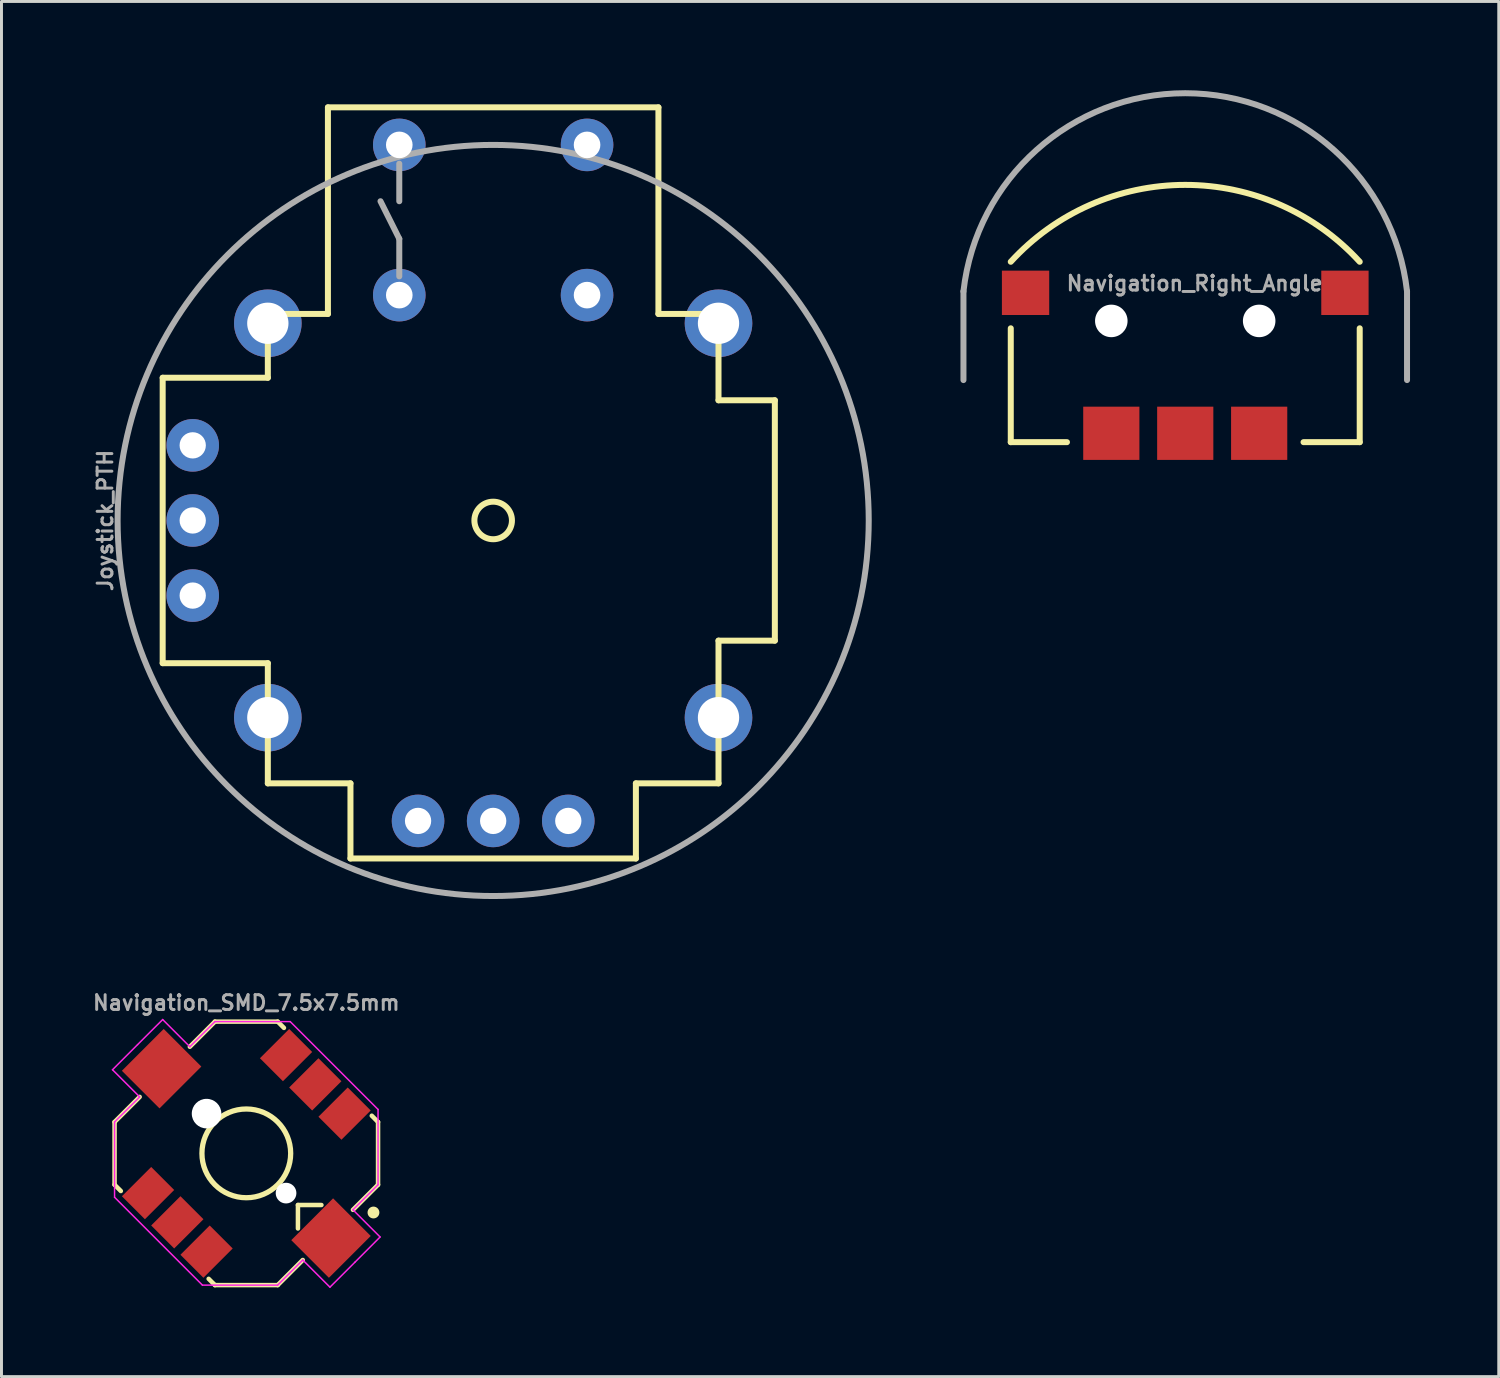
<source format=kicad_pcb>
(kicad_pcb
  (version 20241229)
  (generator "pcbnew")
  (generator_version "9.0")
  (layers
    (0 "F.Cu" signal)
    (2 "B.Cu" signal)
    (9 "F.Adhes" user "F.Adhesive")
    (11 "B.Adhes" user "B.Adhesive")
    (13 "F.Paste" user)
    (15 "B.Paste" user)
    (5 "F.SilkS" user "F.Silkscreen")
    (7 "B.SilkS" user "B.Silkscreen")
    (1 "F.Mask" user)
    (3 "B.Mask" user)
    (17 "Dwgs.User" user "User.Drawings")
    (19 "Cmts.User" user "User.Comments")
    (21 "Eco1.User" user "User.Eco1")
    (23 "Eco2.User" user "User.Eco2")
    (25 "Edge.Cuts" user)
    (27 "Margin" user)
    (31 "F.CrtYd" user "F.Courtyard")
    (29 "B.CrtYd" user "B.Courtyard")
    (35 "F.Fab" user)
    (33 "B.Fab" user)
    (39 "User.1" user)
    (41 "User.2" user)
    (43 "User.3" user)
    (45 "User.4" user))
  (footprint "Navigation_SMD_7.5x7.5mm"
    (layer "F.Cu")
    (at 5.279 35.952)
    (property "Reference" "Navigation_SMD_7.5x7.5mm" (at 0 -4.8 180) (layer "F.Fab") (effects (font (size 0.5 0.5) (thickness 0.1)) (justify bottom)))
    (attr smd)
    (fp_line (start -4.455 -1.061) (end -4.455 1.061) (stroke (width 0.152) (type default)) (layer "F.SilkS"))
    (fp_line (start -4.455 1.061) (end -4.243 1.273) (stroke (width 0.152) (type default)) (layer "F.SilkS"))
    (fp_line (start -3.606 -1.909) (end -4.455 -1.061) (stroke (width 0.152) (type default)) (layer "F.SilkS"))
    (fp_line (start -1.909 -3.606) (end -1.061 -4.455) (stroke (width 0.152) (type default)) (layer "F.SilkS"))
    (fp_line (start -1.061 -4.455) (end 1.061 -4.455) (stroke (width 0.152) (type default)) (layer "F.SilkS"))
    (fp_line (start -1.061 4.455) (end -1.273 4.243) (stroke (width 0.152) (type default)) (layer "F.SilkS"))
    (fp_line (start 1.061 -4.455) (end 1.273 -4.243) (stroke (width 0.152) (type default)) (layer "F.SilkS"))
    (fp_line (start 1.061 4.455) (end -1.061 4.455) (stroke (width 0.152) (type default)) (layer "F.SilkS"))
    (fp_line (start 1.746 1.746) (end 2.54 1.746) (stroke (width 0.152) (type default)) (layer "F.SilkS"))
    (fp_line (start 1.746 2.54) (end 1.746 1.746) (stroke (width 0.152) (type default)) (layer "F.SilkS"))
    (fp_line (start 1.909 3.606) (end 1.061 4.455) (stroke (width 0.152) (type default)) (layer "F.SilkS"))
    (fp_line (start 3.606 1.909) (end 4.455 1.061) (stroke (width 0.152) (type default)) (layer "F.SilkS"))
    (fp_line (start 4.455 -1.061) (end 4.243 -1.273) (stroke (width 0.152) (type default)) (layer "F.SilkS"))
    (fp_line (start 4.455 1.061) (end 4.455 -1.061) (stroke (width 0.152) (type default)) (layer "F.SilkS"))
    (fp_circle (center 0 0) (end 1.061 -1.061) (stroke (width 0.178) (type default)) (fill no) (layer "F.SilkS"))
    (fp_circle (center 4.3 2) (end 4.3 2.1) (stroke (width 0.2) (type solid)) (fill yes) (layer "F.SilkS"))
    (fp_line (start -4.525 -2.828) (end -3.677 -3.677) (stroke (width 0.05) (type default)) (layer "F.CrtYd"))
    (fp_line (start -4.455 -1.061) (end -3.606 -1.909) (stroke (width 0.05) (type default)) (layer "F.CrtYd"))
    (fp_line (start -4.455 1.485) (end -4.455 -1.061) (stroke (width 0.05) (type default)) (layer "F.CrtYd"))
    (fp_line (start -3.606 -1.909) (end -4.525 -2.828) (stroke (width 0.05) (type default)) (layer "F.CrtYd"))
    (fp_line (start -2.828 -4.525) (end -3.677 -3.677) (stroke (width 0.05) (type default)) (layer "F.CrtYd"))
    (fp_line (start -1.909 -3.606) (end -2.828 -4.525) (stroke (width 0.05) (type default)) (layer "F.CrtYd"))
    (fp_line (start -1.909 -3.606) (end -1.061 -4.455) (stroke (width 0.05) (type default)) (layer "F.CrtYd"))
    (fp_line (start -1.485 4.455) (end -4.455 1.485) (stroke (width 0.05) (type default)) (layer "F.CrtYd"))
    (fp_line (start -1.061 -4.455) (end 1.485 -4.455) (stroke (width 0.05) (type default)) (layer "F.CrtYd"))
    (fp_line (start 1.061 4.455) (end -1.485 4.455) (stroke (width 0.05) (type default)) (layer "F.CrtYd"))
    (fp_line (start 1.485 -4.455) (end 4.455 -1.485) (stroke (width 0.05) (type default)) (layer "F.CrtYd"))
    (fp_line (start 1.909 3.606) (end 1.061 4.455) (stroke (width 0.05) (type default)) (layer "F.CrtYd"))
    (fp_line (start 1.909 3.606) (end 2.828 4.525) (stroke (width 0.05) (type default)) (layer "F.CrtYd"))
    (fp_line (start 2.828 4.525) (end 3.677 3.677) (stroke (width 0.05) (type default)) (layer "F.CrtYd"))
    (fp_line (start 3.606 1.909) (end 4.525 2.828) (stroke (width 0.05) (type default)) (layer "F.CrtYd"))
    (fp_line (start 4.455 -1.485) (end 4.455 1.061) (stroke (width 0.05) (type default)) (layer "F.CrtYd"))
    (fp_line (start 4.455 1.061) (end 3.606 1.909) (stroke (width 0.05) (type default)) (layer "F.CrtYd"))
    (fp_line (start 4.525 2.828) (end 3.677 3.677) (stroke (width 0.05) (type default)) (layer "F.CrtYd"))
    (fp_line (start -4.3 -1) (end -1 -4.3) (stroke (width 0.1) (type default)) (layer "User.1"))
    (fp_line (start -4.3 1) (end -4.3 -1) (stroke (width 0.1) (type default)) (layer "User.1"))
    (fp_line (start -4.3 1) (end -1 4.3) (stroke (width 0.1) (type default)) (layer "User.1"))
    (fp_line (start -1 -4.3) (end 1 -4.3) (stroke (width 0.1) (type default)) (layer "User.1"))
    (fp_line (start -1 4.3) (end 1 4.3) (stroke (width 0.1) (type default)) (layer "User.1"))
    (fp_line (start -0.95 0.7) (end -0.95 -0.7) (stroke (width 0.1) (type default)) (layer "User.1"))
    (fp_line (start -0.7 -0.95) (end 0.7 -0.95) (stroke (width 0.1) (type default)) (layer "User.1"))
    (fp_line (start 0 -4) (end -0.4 -3.6) (stroke (width 0.1) (type default)) (layer "User.1"))
    (fp_line (start 0 -4) (end 0.4 -3.6) (stroke (width 0.1) (type default)) (layer "User.1"))
    (fp_line (start 0 -2.8) (end 0 -4) (stroke (width 0.1) (type default)) (layer "User.1"))
    (fp_line (start 0.7 0.95) (end -0.7 0.95) (stroke (width 0.1) (type default)) (layer "User.1"))
    (fp_line (start 0.95 -0.7) (end 0.95 0.7) (stroke (width 0.1) (type default)) (layer "User.1"))
    (fp_line (start 1 -4.3) (end 4.3 -1) (stroke (width 0.1) (type default)) (layer "User.1"))
    (fp_line (start 4.3 1) (end 1 4.3) (stroke (width 0.1) (type default)) (layer "User.1"))
    (fp_line (start 4.3 1) (end 4.3 -1) (stroke (width 0.1) (type default)) (layer "User.1"))
    (fp_arc (start -0.949999 -0.699999) (mid -0.865058 -0.865057) (end -0.7 -0.949999) (stroke (width 0.1) (type default)) (layer "User.1"))
    (fp_arc (start -0.699999 0.949999) (mid -0.865057 0.865058) (end -0.949999 0.7) (stroke (width 0.1) (type default)) (layer "User.1"))
    (fp_arc (start 0.7 -0.949999) (mid 0.865058 -0.865058) (end 0.95 -0.7) (stroke (width 0.1) (type default)) (layer "User.1"))
    (fp_arc (start 0.949999 0.699999) (mid 0.865058 0.865057) (end 0.7 0.949999) (stroke (width 0.1) (type default)) (layer "User.1"))
    (fp_circle (center 0 0) (end 1.061 -1.061) (stroke (width 0.05) (type default)) (fill no) (layer "User.1"))
    (pad "" np_thru_hole circle (at -1.344 -1.344 45) (size 1 1) (drill 1) (layers "*.Cu" "*.Mask"))
    (pad "" np_thru_hole circle (at 1.344 1.344 45) (size 0.7 0.7) (drill 0.7) (layers "*.Cu" "*.Mask"))
    (pad "1" smd rect (at -3.323 1.344 45) (size 1.4 1.1) (layers "F.Cu" "F.Mask" "F.Paste"))
    (pad "2" smd rect (at -2.333 2.333 45) (size 1.4 1.1) (layers "F.Cu" "F.Mask" "F.Paste"))
    (pad "3" smd rect (at -1.344 3.323 45) (size 1.4 1.1) (layers "F.Cu" "F.Mask" "F.Paste"))
    (pad "4" smd rect (at 3.323 -1.344 45) (size 1.4 1.1) (layers "F.Cu" "F.Mask" "F.Paste"))
    (pad "5" smd rect (at 2.333 -2.333 45) (size 1.4 1.1) (layers "F.Cu" "F.Mask" "F.Paste"))
    (pad "6" smd rect (at 1.344 -3.323 45) (size 1.4 1.1) (layers "F.Cu" "F.Mask" "F.Paste"))
    (pad "MP1" smd rect (at 2.864 2.864 45) (size 2 1.8) (layers "F.Cu" "F.Mask" "F.Paste"))
    (pad "MP2" smd rect (at -2.864 -2.864 45) (size 2 1.8) (layers "F.Cu" "F.Mask" "F.Paste")))
  (footprint "Navigation_Right_Angle"
    (layer "F.Cu")
    (at 37.03 7.802)
    (property "Reference" "Navigation_Right_Angle" (at 0.318 -1.27 0) (unlocked yes) (layer "F.Fab") (effects (font (size 0.5 0.5) (thickness 0.1))))
    (fp_line (start -5.9 4.1) (end -5.9 0.25) (stroke (width 0.203) (type solid)) (layer "F.SilkS"))
    (fp_line (start -5.9 4.1) (end -4 4.1) (stroke (width 0.203) (type solid)) (layer "F.SilkS"))
    (fp_line (start 5.9 4.1) (end 4 4.1) (stroke (width 0.203) (type solid)) (layer "F.SilkS"))
    (fp_line (start 5.9 4.1) (end 5.9 0.25) (stroke (width 0.203) (type solid)) (layer "F.SilkS"))
    (fp_arc (start -5.9 -2) (mid 0 -4.60001) (end 5.9 -2) (stroke (width 0.2032) (type solid)) (layer "F.SilkS"))
    (fp_line (start -7.5 2) (end -7.5 -1) (stroke (width 0.203) (type solid)) (layer "F.Fab"))
    (fp_line (start 7.5 2) (end 7.5 -1) (stroke (width 0.203) (type solid)) (layer "F.Fab"))
    (fp_arc (start -7.5 -1) (mid 0.000001 -7.699965) (end 7.5 -0.999998) (stroke (width 0.2032) (type solid)) (layer "F.Fab"))
    (pad "" np_thru_hole circle (at -2.5 0) (size 1.1 1.1) (drill 1.1) (layers "*.Cu" "*.Mask"))
    (pad "" np_thru_hole circle (at 2.5 0) (size 1.1 1.1) (drill 1.1) (layers "*.Cu" "*.Mask"))
    (pad "1" smd rect (at -2.5 3.8) (size 1.9 1.8) (layers "F.Cu" "F.Mask" "F.Paste"))
    (pad "2" smd rect (at 2.5 3.8) (size 1.9 1.8) (layers "F.Cu" "F.Mask" "F.Paste"))
    (pad "GND" smd rect (at 5.4 -0.95) (size 1.6 1.5) (layers "F.Cu" "F.Mask" "F.Paste"))
    (pad "MP1" smd rect (at -5.4 -0.95) (size 1.6 1.5) (layers "F.Cu" "F.Mask" "F.Paste"))
    (pad "T" smd rect (at 0 3.8) (size 1.9 1.8) (layers "F.Cu" "F.Mask" "F.Paste")))
  (footprint "Joystick_PTH"
    (layer "F.Cu")
    (at 13.627 14.55)
    (property "Reference" "Joystick_PTH" (at -12.827 0 90) (unlocked yes) (layer "F.Fab") (effects (font (size 0.5 0.5) (thickness 0.1)) (justify bottom)))
    (fp_line (start -11.176 -4.826) (end -11.176 4.826) (stroke (width 0.203) (type solid)) (layer "F.SilkS"))
    (fp_line (start -7.62 -4.826) (end -11.176 -4.826) (stroke (width 0.203) (type solid)) (layer "F.SilkS"))
    (fp_line (start -7.62 -4.826) (end -7.62 -6.985) (stroke (width 0.203) (type solid)) (layer "F.SilkS"))
    (fp_line (start -7.62 4.826) (end -11.176 4.826) (stroke (width 0.203) (type solid)) (layer "F.SilkS"))
    (fp_line (start -7.62 4.826) (end -7.62 8.89) (stroke (width 0.203) (type solid)) (layer "F.SilkS"))
    (fp_line (start -5.588 -13.97) (end -5.588 -6.985) (stroke (width 0.203) (type solid)) (layer "F.SilkS"))
    (fp_line (start -5.588 -6.985) (end -7.62 -6.985) (stroke (width 0.203) (type solid)) (layer "F.SilkS"))
    (fp_line (start -4.826 8.89) (end -7.62 8.89) (stroke (width 0.203) (type solid)) (layer "F.SilkS"))
    (fp_line (start -4.826 11.43) (end -4.826 8.89) (stroke (width 0.203) (type solid)) (layer "F.SilkS"))
    (fp_line (start 4.826 8.89) (end 7.62 8.89) (stroke (width 0.203) (type solid)) (layer "F.SilkS"))
    (fp_line (start 4.826 11.43) (end -4.826 11.43) (stroke (width 0.203) (type solid)) (layer "F.SilkS"))
    (fp_line (start 4.826 11.43) (end 4.826 8.89) (stroke (width 0.203) (type solid)) (layer "F.SilkS"))
    (fp_line (start 5.588 -13.97) (end -5.588 -13.97) (stroke (width 0.203) (type solid)) (layer "F.SilkS"))
    (fp_line (start 5.588 -13.97) (end 5.588 -6.985) (stroke (width 0.203) (type solid)) (layer "F.SilkS"))
    (fp_line (start 7.62 -6.985) (end 5.588 -6.985) (stroke (width 0.203) (type solid)) (layer "F.SilkS"))
    (fp_line (start 7.62 -4.064) (end 7.62 -6.985) (stroke (width 0.203) (type solid)) (layer "F.SilkS"))
    (fp_line (start 7.62 -4.064) (end 9.525 -4.064) (stroke (width 0.203) (type solid)) (layer "F.SilkS"))
    (fp_line (start 7.62 4.064) (end 7.62 8.89) (stroke (width 0.203) (type solid)) (layer "F.SilkS"))
    (fp_line (start 7.62 4.064) (end 9.525 4.064) (stroke (width 0.203) (type solid)) (layer "F.SilkS"))
    (fp_line (start 9.525 -4.064) (end 9.525 4.064) (stroke (width 0.203) (type solid)) (layer "F.SilkS"))
    (fp_circle (center 0 0) (end 0.635 0) (stroke (width 0.203) (type solid)) (fill no) (layer "F.SilkS"))
    (fp_line (start -11.5 -5) (end -11.5 5) (stroke (width 0.1) (type default)) (layer "Margin"))
    (fp_line (start -11.5 5) (end -9 5) (stroke (width 0.1) (type default)) (layer "Margin"))
    (fp_line (start -9 -8.5) (end -9 -5) (stroke (width 0.1) (type default)) (layer "Margin"))
    (fp_line (start -9 -5) (end -11.5 -5) (stroke (width 0.1) (type default)) (layer "Margin"))
    (fp_line (start -9 5) (end -9 8.5) (stroke (width 0.1) (type default)) (layer "Margin"))
    (fp_line (start -9 8.5) (end -8 8.5) (stroke (width 0.1) (type default)) (layer "Margin"))
    (fp_line (start -8 8.5) (end -8 9.5) (stroke (width 0.1) (type default)) (layer "Margin"))
    (fp_line (start -8 9.5) (end -5.5 9.5) (stroke (width 0.1) (type default)) (layer "Margin"))
    (fp_line (start -6 -14.5) (end -6 -8.5) (stroke (width 0.1) (type default)) (layer "Margin"))
    (fp_line (start -6 -8.5) (end -9 -8.5) (stroke (width 0.1) (type default)) (layer "Margin"))
    (fp_line (start -5.5 9.5) (end -5.5 12) (stroke (width 0.1) (type default)) (layer "Margin"))
    (fp_line (start -5.5 12) (end 0 12) (stroke (width 0.1) (type default)) (layer "Margin"))
    (fp_line (start 0 -14.5) (end -6 -14.5) (stroke (width 0.1) (type default)) (layer "Margin"))
    (fp_line (start 0 -14.5) (end 6 -14.5) (stroke (width 0.1) (type default)) (layer "Margin"))
    (fp_line (start 5.5 9.5) (end 5.5 12) (stroke (width 0.1) (type default)) (layer "Margin"))
    (fp_line (start 5.5 12) (end 0 12) (stroke (width 0.1) (type default)) (layer "Margin"))
    (fp_line (start 6 -14.5) (end 6 -8.5) (stroke (width 0.1) (type default)) (layer "Margin"))
    (fp_line (start 6 -8.5) (end 9 -8.5) (stroke (width 0.1) (type default)) (layer "Margin"))
    (fp_line (start 8 8.5) (end 8 9.5) (stroke (width 0.1) (type default)) (layer "Margin"))
    (fp_line (start 8 9.5) (end 5.5 9.5) (stroke (width 0.1) (type default)) (layer "Margin"))
    (fp_line (start 9 -8.5) (end 9 -4.5) (stroke (width 0.1) (type default)) (layer "Margin"))
    (fp_line (start 9 -4.5) (end 10 -4.5) (stroke (width 0.1) (type default)) (layer "Margin"))
    (fp_line (start 9 4.5) (end 9 8.5) (stroke (width 0.1) (type default)) (layer "Margin"))
    (fp_line (start 9 8.5) (end 8 8.5) (stroke (width 0.1) (type default)) (layer "Margin"))
    (fp_line (start 10 -4.5) (end 10 4.5) (stroke (width 0.1) (type default)) (layer "Margin"))
    (fp_line (start 10 4.5) (end 9 4.5) (stroke (width 0.1) (type default)) (layer "Margin"))
    (fp_line (start -3.175 -10.795) (end -3.175 -12.065) (stroke (width 0.203) (type solid)) (layer "F.Fab"))
    (fp_line (start -3.175 -9.525) (end -3.81 -10.795) (stroke (width 0.203) (type solid)) (layer "F.Fab"))
    (fp_line (start -3.175 -8.255) (end -3.175 -9.525) (stroke (width 0.203) (type solid)) (layer "F.Fab"))
    (fp_circle (center 0 0) (end 12.7 0) (stroke (width 0.203) (type solid)) (fill no) (layer "F.Fab"))
    (pad "GND" thru_hole circle (at -10.16 2.54) (size 1.778 1.778) (drill 0.889) (layers "*.Cu" "*.Mask"))
    (pad "GND" thru_hole circle (at -3.175 -12.7) (size 1.778 1.778) (drill 0.9) (layers "*.Cu" "*.Mask"))
    (pad "GND" thru_hole circle (at 2.54 10.16) (size 1.778 1.778) (drill 0.889) (layers "*.Cu" "*.Mask"))
    (pad "Horizontal" thru_hole circle (at 0 10.16) (size 1.778 1.778) (drill 0.889) (layers "*.Cu" "*.Mask"))
    (pad "MOUNT1" thru_hole circle (at -7.62 -6.668) (size 2.286 2.286) (drill 1.397) (layers "*.Cu" "*.Mask"))
    (pad "MOUNT2" thru_hole circle (at -7.62 6.668) (size 2.286 2.286) (drill 1.397) (layers "*.Cu" "*.Mask"))
    (pad "MOUNT3" thru_hole circle (at 7.62 6.668) (size 2.286 2.286) (drill 1.397) (layers "*.Cu" "*.Mask"))
    (pad "MOUNT4" thru_hole circle (at 7.62 -6.668) (size 2.286 2.286) (drill 1.397) (layers "*.Cu" "*.Mask"))
    (pad "Select" thru_hole circle (at -3.175 -7.62) (size 1.778 1.778) (drill 0.9) (layers "*.Cu" "*.Mask"))
    (pad "Select-NC1" thru_hole circle (at 3.175 -7.62) (size 1.778 1.778) (drill 0.9) (layers "*.Cu" "*.Mask"))
    (pad "Select-NC2" thru_hole circle (at 3.175 -12.7) (size 1.778 1.778) (drill 0.9) (layers "*.Cu" "*.Mask"))
    (pad "VCC" thru_hole circle (at -10.16 -2.54) (size 1.778 1.778) (drill 0.889) (layers "*.Cu" "*.Mask"))
    (pad "VCC" thru_hole circle (at -2.54 10.16) (size 1.778 1.778) (drill 0.889) (layers "*.Cu" "*.Mask"))
    (pad "Vertical" thru_hole circle (at -10.16 0) (size 1.778 1.778) (drill 0.889) (layers "*.Cu" "*.Mask")))
  (gr_rect
    (start -3 -3)
    (end 47.632 43.502)
    (stroke (width 0.1) (type default))
    (fill no)
    (layer "Edge.Cuts")))
</source>
